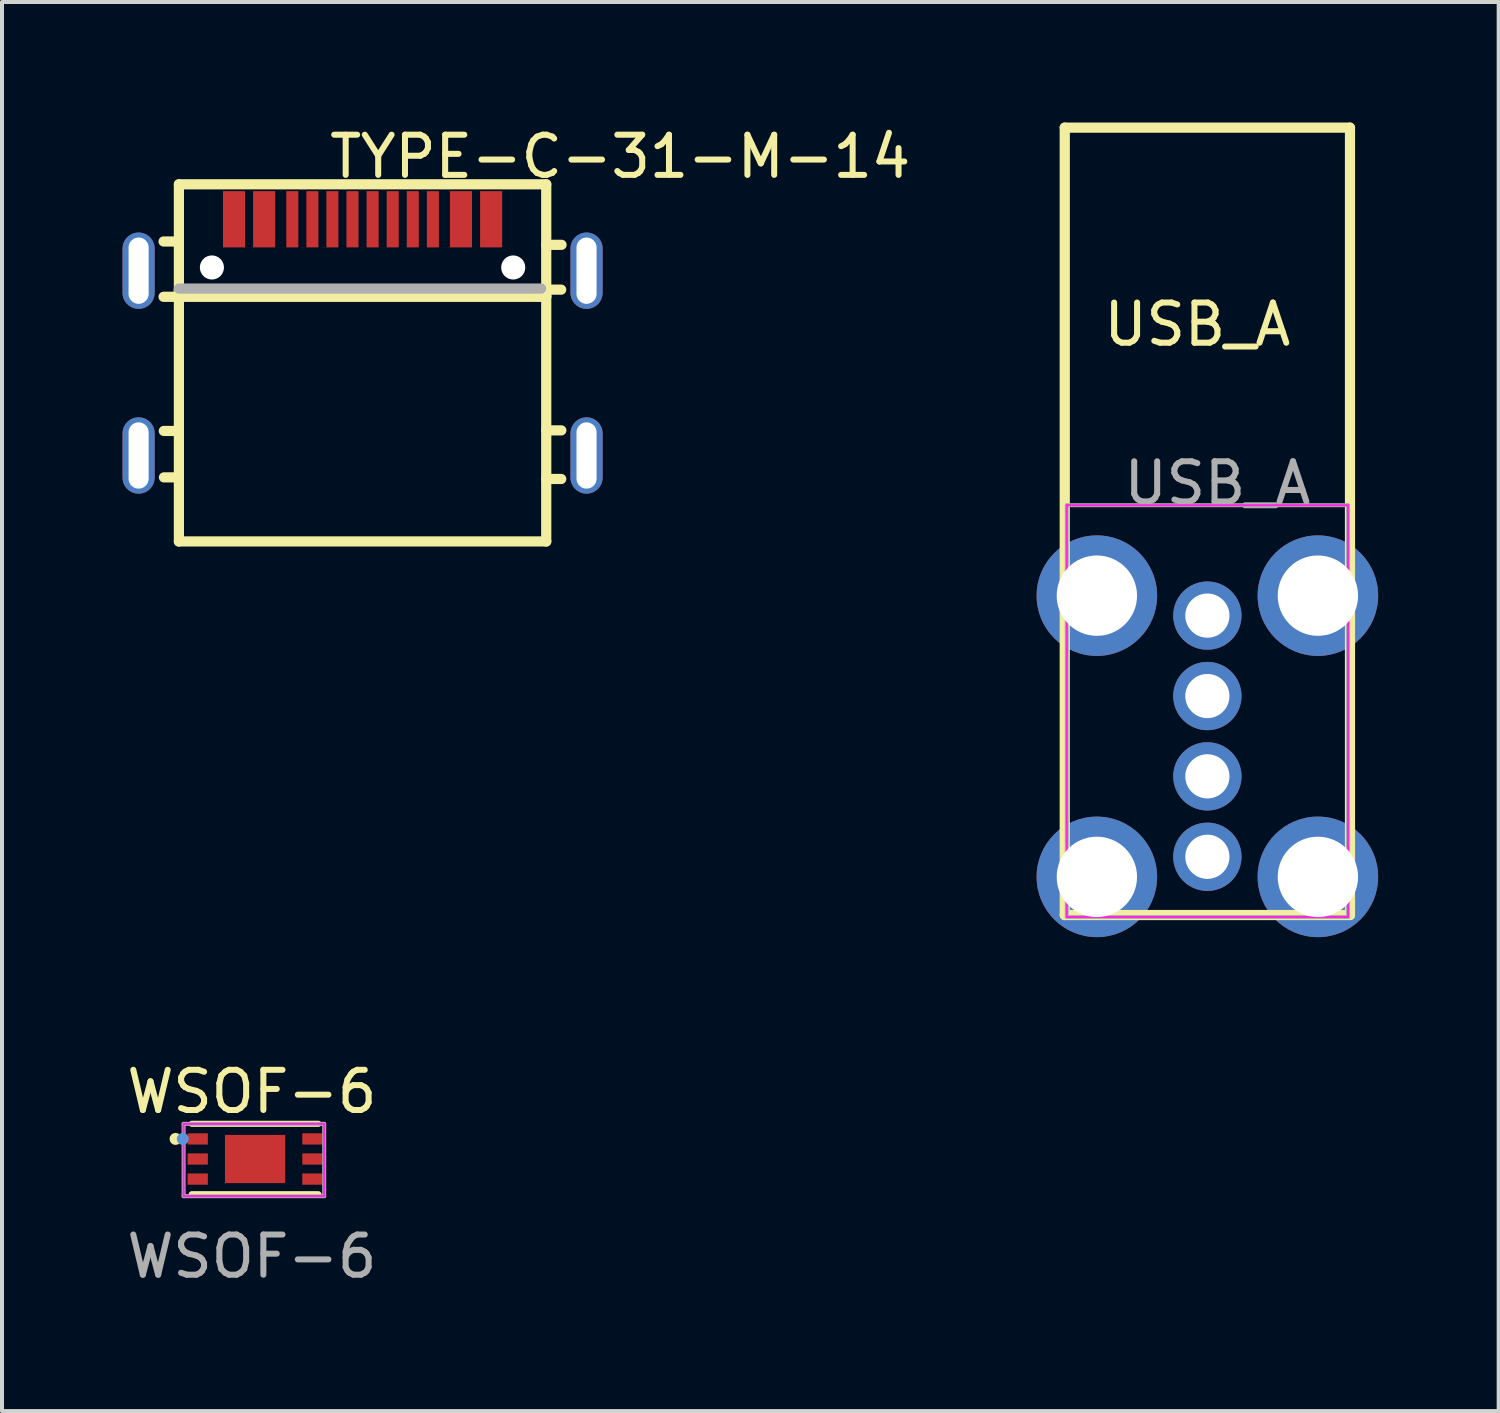
<source format=kicad_pcb>
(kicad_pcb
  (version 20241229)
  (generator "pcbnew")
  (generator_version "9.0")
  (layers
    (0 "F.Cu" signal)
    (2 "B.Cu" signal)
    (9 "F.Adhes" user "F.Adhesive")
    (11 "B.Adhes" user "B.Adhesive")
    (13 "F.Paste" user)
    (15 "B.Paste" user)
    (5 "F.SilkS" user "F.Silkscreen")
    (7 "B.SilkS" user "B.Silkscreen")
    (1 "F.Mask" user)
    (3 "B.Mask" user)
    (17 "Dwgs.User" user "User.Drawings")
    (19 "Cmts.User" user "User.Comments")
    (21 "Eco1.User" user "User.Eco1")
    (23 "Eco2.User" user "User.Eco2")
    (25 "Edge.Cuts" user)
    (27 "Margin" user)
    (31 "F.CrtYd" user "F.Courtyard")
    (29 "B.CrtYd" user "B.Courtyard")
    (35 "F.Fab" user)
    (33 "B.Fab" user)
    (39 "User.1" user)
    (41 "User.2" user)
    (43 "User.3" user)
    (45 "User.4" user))
  (footprint "TYPE-C-31-M-14"
    (layer "F.Cu")
    (at 5.975 5.348)
    (property "Reference" "TYPE-C-31-M-14" (at -0.9 -4.5 0) (layer "F.SilkS") (effects (font (size 1 1) (thickness 0.15)) (justify left)))
    (attr through_hole)
    (fp_line (start -4.572 -3.81) (end 4.572 -3.81) (stroke (width 0.254) (type solid)) (layer "F.SilkS"))
    (fp_line (start -4.572 -2.387) (end -4.953 -2.387) (stroke (width 0.254) (type solid)) (layer "F.SilkS"))
    (fp_line (start -4.572 -1.188) (end -4.572 5.08) (stroke (width 0.254) (type solid)) (layer "F.SilkS"))
    (fp_line (start -4.572 -1.01) (end -4.953 -1.01) (stroke (width 0.254) (type solid)) (layer "F.SilkS"))
    (fp_line (start -4.572 -1.01) (end -4.572 -3.81) (stroke (width 0.254) (type solid)) (layer "F.SilkS"))
    (fp_line (start -4.572 2.329) (end -4.947 2.329) (stroke (width 0.254) (type solid)) (layer "F.SilkS"))
    (fp_line (start -4.572 3.485) (end -4.944 3.485) (stroke (width 0.254) (type solid)) (layer "F.SilkS"))
    (fp_line (start -4.572 5.08) (end 4.572 5.08) (stroke (width 0.254) (type solid)) (layer "F.SilkS"))
    (fp_line (start 4.572 -3.81) (end 4.572 -1.01) (stroke (width 0.254) (type solid)) (layer "F.SilkS"))
    (fp_line (start 4.572 -2.304) (end 4.953 -2.304) (stroke (width 0.254) (type solid)) (layer "F.SilkS"))
    (fp_line (start 4.572 -1.188) (end 4.944 -1.188) (stroke (width 0.254) (type solid)) (layer "F.SilkS"))
    (fp_line (start 4.572 -1.01) (end -4.572 -1.01) (stroke (width 0.254) (type solid)) (layer "F.SilkS"))
    (fp_line (start 4.572 2.315) (end 4.948 2.315) (stroke (width 0.254) (type solid)) (layer "F.SilkS"))
    (fp_line (start 4.572 3.525) (end 4.945 3.525) (stroke (width 0.254) (type solid)) (layer "F.SilkS"))
    (fp_line (start 4.572 5.08) (end 4.572 -1.188) (stroke (width 0.254) (type solid)) (layer "F.SilkS"))
    (fp_circle (center -3.75 -1.74) (end -3.65 -1.74) (stroke (width 0.2) (type solid)) (fill no) (layer "Dwgs.User"))
    (fp_circle (center 3.75 -1.74) (end 3.85 -1.74) (stroke (width 0.2) (type solid)) (fill no) (layer "Dwgs.User"))
    (fp_line (start -4.572 -1.215) (end 4.445 -1.215) (stroke (width 0.254) (type solid)) (layer "F.Fab"))
    (pad "" np_thru_hole circle (at -3.75 -1.74) (size 0.6 0.6) (drill 0.6) (layers "*.Cu" "*.Mask"))
    (pad "" np_thru_hole circle (at 3.75 -1.74) (size 0.6 0.6) (drill 0.6) (layers "*.Cu" "*.Mask"))
    (pad "A1B12" smd rect (at -3.2 -2.94) (size 0.55 1.4) (layers "F.Cu" "F.Mask" "F.Paste"))
    (pad "A4B9" smd rect (at -2.45 -2.94) (size 0.55 1.4) (layers "F.Cu" "F.Mask" "F.Paste"))
    (pad "A5" smd rect (at -1.249 -2.94) (size 0.3 1.4) (layers "F.Cu" "F.Mask" "F.Paste"))
    (pad "A6" smd rect (at -0.251 -2.94) (size 0.3 1.4) (layers "F.Cu" "F.Mask" "F.Paste"))
    (pad "A7" smd rect (at 0.25 -2.94) (size 0.3 1.4) (layers "F.Cu" "F.Mask" "F.Paste"))
    (pad "A8" smd rect (at 1.25 -2.94) (size 0.3 1.4) (layers "F.Cu" "F.Mask" "F.Paste"))
    (pad "B1A12" smd rect (at 3.2 -2.94) (size 0.55 1.4) (layers "F.Cu" "F.Mask" "F.Paste"))
    (pad "B4A9" smd rect (at 2.45 -2.94) (size 0.55 1.4) (layers "F.Cu" "F.Mask" "F.Paste"))
    (pad "B5" smd rect (at 1.75 -2.94) (size 0.3 1.4) (layers "F.Cu" "F.Mask" "F.Paste"))
    (pad "B6" smd rect (at 0.75 -2.94) (size 0.3 1.4) (layers "F.Cu" "F.Mask" "F.Paste"))
    (pad "B7" smd rect (at -0.751 -2.94) (size 0.3 1.4) (layers "F.Cu" "F.Mask" "F.Paste"))
    (pad "B8" smd rect (at -1.749 -2.94) (size 0.3 1.4) (layers "F.Cu" "F.Mask" "F.Paste"))
    (pad "S" thru_hole oval (at -5.575 -1.66) (size 0.8 1.9) (drill oval 0.5 1.65) (layers "*.Cu" "*.Mask"))
    (pad "S" thru_hole oval (at -5.575 2.94) (size 0.8 1.9) (drill oval 0.5 1.65) (layers "*.Cu" "*.Mask"))
    (pad "S" thru_hole oval (at 5.575 -1.66) (size 0.8 1.9) (drill oval 0.5 1.65) (layers "*.Cu" "*.Mask"))
    (pad "S" thru_hole oval (at 5.575 2.94) (size 0.8 1.9) (drill oval 0.5 1.65) (layers "*.Cu" "*.Mask")))
  (footprint "USB_A"
    (layer "F.Cu")
    (at 26.754 9.026)
    (property "Reference" "USB_A" (at 0 -4 0) (unlocked yes) (layer "F.SilkS") (effects (font (size 1 1) (thickness 0.15))))
    (attr through_hole)
    (fp_line (start -3.3 -8.899) (end 3.8 -8.899) (stroke (width 0.254) (type solid)) (layer "F.SilkS"))
    (fp_line (start -3.3 -8.899) (end -3.3 10.701) (stroke (width 0.254) (type solid)) (layer "F.SilkS"))
    (fp_line (start -3.3 10.701) (end 3.8 10.701) (stroke (width 0.254) (type solid)) (layer "F.SilkS"))
    (fp_line (start 3.8 -8.899) (end 3.8 10.701) (stroke (width 0.254) (type solid)) (layer "F.SilkS"))
    (fp_line (start -3.25 0.5) (end -3.25 10.75) (stroke (width 0.05) (type solid)) (layer "F.CrtYd"))
    (fp_line (start -3.25 10.75) (end -1 10.75) (stroke (width 0.05) (type solid)) (layer "F.CrtYd"))
    (fp_line (start -1 10.75) (end 3.75 10.75) (stroke (width 0.05) (type solid)) (layer "F.CrtYd"))
    (fp_line (start 3.75 0.5) (end -3.25 0.5) (stroke (width 0.05) (type solid)) (layer "F.CrtYd"))
    (fp_line (start 3.75 10.75) (end 3.75 0.5) (stroke (width 0.05) (type solid)) (layer "F.CrtYd"))
    (fp_line (start -3.25 0.5) (end -3.25 10.75) (stroke (width 0.1) (type solid)) (layer "F.Fab"))
    (fp_line (start -3.25 10.75) (end 0.75 10.75) (stroke (width 0.1) (type solid)) (layer "F.Fab"))
    (fp_line (start 0.75 10.75) (end 3.75 10.75) (stroke (width 0.1) (type solid)) (layer "F.Fab"))
    (fp_line (start 3.75 0.5) (end -3.25 0.5) (stroke (width 0.1) (type solid)) (layer "F.Fab"))
    (fp_line (start 3.75 10.75) (end 3.75 0.5) (stroke (width 0.1) (type solid)) (layer "F.Fab"))
    (fp_text user "${REFERENCE}" (at 0.5 -0.049 0) (unlocked yes) (layer "F.Fab") (effects (font (size 1 1) (thickness 0.15))))
    (pad "1" thru_hole circle (at 0.25 3.248 180) (size 1.7 1.7) (drill 1.1) (layers "*.Cu" "*.Mask"))
    (pad "2" thru_hole circle (at 0.25 5.25 180) (size 1.7 1.7) (drill 1.1) (layers "*.Cu" "*.Mask"))
    (pad "3" thru_hole circle (at 0.25 7.249 180) (size 1.7 1.7) (drill 1.1) (layers "*.Cu" "*.Mask"))
    (pad "4" thru_hole circle (at 0.25 9.251 180) (size 1.7 1.7) (drill 1.1) (layers "*.Cu" "*.Mask"))
    (pad "5" thru_hole circle (at 3.001 9.751 180) (size 3 3) (drill 2) (layers "*.Cu" "*.Mask"))
    (pad "6" thru_hole circle (at 3.001 2.751 180) (size 3 3) (drill 2) (layers "*.Cu" "*.Mask"))
    (pad "7" thru_hole circle (at -2.501 2.751 180) (size 3 3) (drill 2) (layers "*.Cu" "*.Mask"))
    (pad "8" thru_hole circle (at -2.501 9.751 180) (size 3 3) (drill 2) (layers "*.Cu" "*.Mask")))
  (footprint "WSOF-6"
    (layer "F.Cu")
    (at 3.22 25.725)
    (property "Reference" "WSOF-6" (at 0 -1.6 0) (unlocked yes) (layer "F.SilkS") (effects (font (size 1 1) (thickness 0.15))))
    (attr smd)
    (fp_line (start -1.496 -0.801) (end 1.656 -0.801) (stroke (width 0.152) (type solid)) (layer "F.SilkS"))
    (fp_line (start -1.496 0.951) (end 1.656 0.951) (stroke (width 0.152) (type solid)) (layer "F.SilkS"))
    (fp_circle (center -1.9 -0.425) (end -1.9 -0.35) (stroke (width 0.15) (type solid)) (fill no) (layer "F.SilkS"))
    (fp_circle (center -1.72 -0.425) (end -1.72 -0.35) (stroke (width 0.15) (type solid)) (fill no) (layer "Cmts.User"))
    (fp_line (start -1.7 -0.8) (end -1.7 1) (stroke (width 0.05) (type solid)) (layer "F.CrtYd"))
    (fp_line (start -1.7 1) (end 1.8 1) (stroke (width 0.05) (type solid)) (layer "F.CrtYd"))
    (fp_line (start 1.8 -0.8) (end -1.7 -0.8) (stroke (width 0.05) (type solid)) (layer "F.CrtYd"))
    (fp_line (start 1.8 1) (end 1.8 -0.8) (stroke (width 0.05) (type solid)) (layer "F.CrtYd"))
    (fp_line (start -1.7 -0.8) (end -1.7 1) (stroke (width 0.1) (type solid)) (layer "F.Fab"))
    (fp_line (start -1.7 1) (end 1.8 1) (stroke (width 0.1) (type solid)) (layer "F.Fab"))
    (fp_line (start 1.8 -0.8) (end -1.7 -0.8) (stroke (width 0.1) (type solid)) (layer "F.Fab"))
    (fp_line (start 1.8 1) (end 1.8 -0.8) (stroke (width 0.1) (type solid)) (layer "F.Fab"))
    (fp_text user "${REFERENCE}" (at 0 2.5 0) (unlocked yes) (layer "F.Fab") (effects (font (size 1 1) (thickness 0.15))))
    (pad "1" smd rect (at -1.348 -0.425) (size 0.505 0.28) (layers "F.Cu" "F.Mask" "F.Paste"))
    (pad "2" smd rect (at -1.348 0.075) (size 0.505 0.28) (layers "F.Cu" "F.Mask" "F.Paste"))
    (pad "3" smd rect (at -1.348 0.575) (size 0.505 0.28) (layers "F.Cu" "F.Mask" "F.Paste"))
    (pad "4" smd rect (at 1.507 0.575) (size 0.505 0.28) (layers "F.Cu" "F.Mask" "F.Paste"))
    (pad "5" smd rect (at 1.507 0.075) (size 0.505 0.28) (layers "F.Cu" "F.Mask" "F.Paste"))
    (pad "6" smd rect (at 1.507 -0.425) (size 0.505 0.28) (layers "F.Cu" "F.Mask" "F.Paste"))
    (pad "7" smd rect (at 0.08 0.075) (size 1.5 1.2) (layers "F.Cu" "F.Mask" "F.Paste")))
  (gr_rect
    (start -3 -3)
    (end 34.255 32.074)
    (stroke (width 0.1) (type default))
    (fill no)
    (layer "Edge.Cuts")))
</source>
